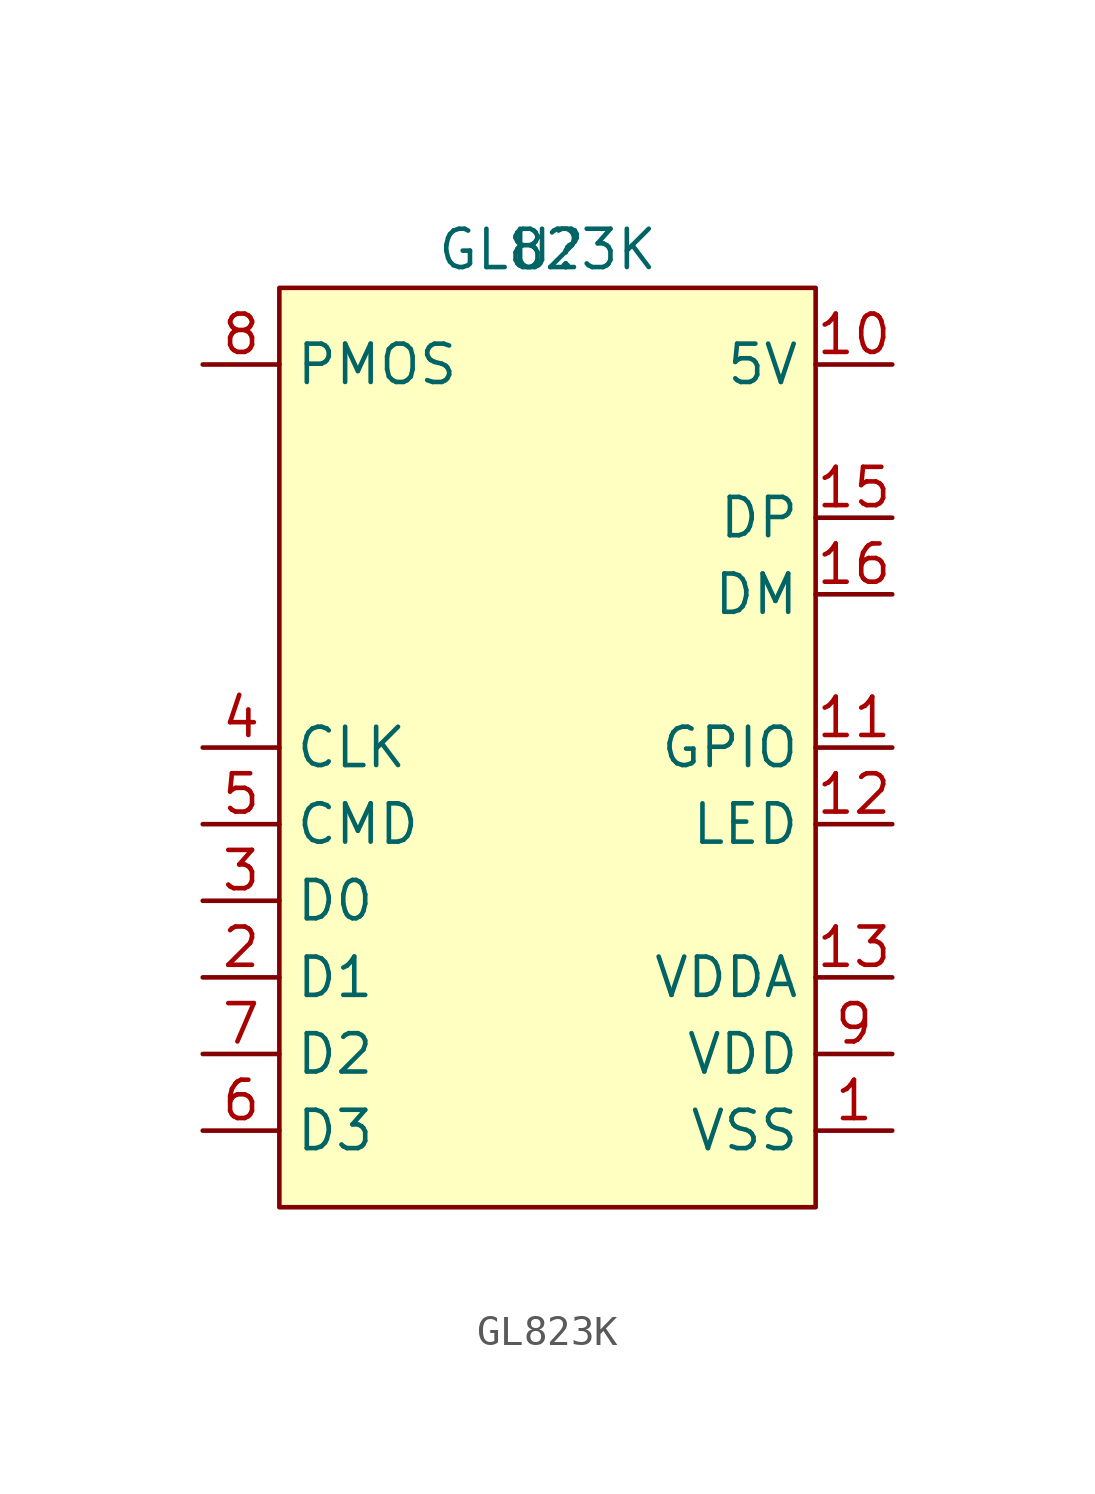
<source format=kicad_sym>
(kicad_symbol_lib
  (version 20231120)
  (generator "kicad_symbol_editor")
  (generator_version "8.0")
  (symbol "GL823K"
    (property "Reference" "U"
      (at 0 0 0)
      (effects (font (size 1.27 1.27))))
    (property "Value" "GL823K"
      (at 0 0 0)
      (effects (font (size 1.27 1.27))))
    (symbol "GL823K_1_1"
      (rectangle (start -8.89 -1.27) (end 8.89 -31.75) (stroke (width 0) (type default)) (fill (type background)))
      (pin input line (at 11.43 -29.21 180) (length 2.54) (name "VSS" (effects (font (size 1.27 1.27)))) (number "1" (effects (font (size 1.27 1.27)))))
      (pin input line (at 11.43 -3.81 180) (length 2.54) (name "5V" (effects (font (size 1.27 1.27)))) (number "10" (effects (font (size 1.27 1.27)))))
      (pin input line (at 11.43 -16.51 180) (length 2.54) (name "GPIO" (effects (font (size 1.27 1.27)))) (number "11" (effects (font (size 1.27 1.27)))))
      (pin input line (at 11.43 -19.05 180) (length 2.54) (name "LED" (effects (font (size 1.27 1.27)))) (number "12" (effects (font (size 1.27 1.27)))))
      (pin input line (at 11.43 -24.13 180) (length 2.54) (name "VDDA" (effects (font (size 1.27 1.27)))) (number "13" (effects (font (size 1.27 1.27)))))
      (pin input line (at 11.43 -29.21 180) (length 2.54) hide (name "VSS" (effects (font (size 1.27 1.27)))) (number "14" (effects (font (size 1.27 1.27)))))
      (pin input line (at 11.43 -8.89 180) (length 2.54) (name "DP" (effects (font (size 1.27 1.27)))) (number "15" (effects (font (size 1.27 1.27)))))
      (pin input line (at 11.43 -11.43 180) (length 2.54) (name "DM" (effects (font (size 1.27 1.27)))) (number "16" (effects (font (size 1.27 1.27)))))
      (pin input line (at -11.43 -24.13 0) (length 2.54) (name "D1" (effects (font (size 1.27 1.27)))) (number "2" (effects (font (size 1.27 1.27)))))
      (pin input line (at -11.43 -21.59 0) (length 2.54) (name "D0" (effects (font (size 1.27 1.27)))) (number "3" (effects (font (size 1.27 1.27)))))
      (pin input line (at -11.43 -16.51 0) (length 2.54) (name "CLK" (effects (font (size 1.27 1.27)))) (number "4" (effects (font (size 1.27 1.27)))))
      (pin input line (at -11.43 -19.05 0) (length 2.54) (name "CMD" (effects (font (size 1.27 1.27)))) (number "5" (effects (font (size 1.27 1.27)))))
      (pin input line (at -11.43 -29.21 0) (length 2.54) (name "D3" (effects (font (size 1.27 1.27)))) (number "6" (effects (font (size 1.27 1.27)))))
      (pin input line (at -11.43 -26.67 0) (length 2.54) (name "D2" (effects (font (size 1.27 1.27)))) (number "7" (effects (font (size 1.27 1.27)))))
      (pin input line (at -11.43 -3.81 0) (length 2.54) (name "PMOS" (effects (font (size 1.27 1.27)))) (number "8" (effects (font (size 1.27 1.27)))))
      (pin input line (at 11.43 -26.67 180) (length 2.54) (name "VDD" (effects (font (size 1.27 1.27)))) (number "9" (effects (font (size 1.27 1.27))))))))
</source>
